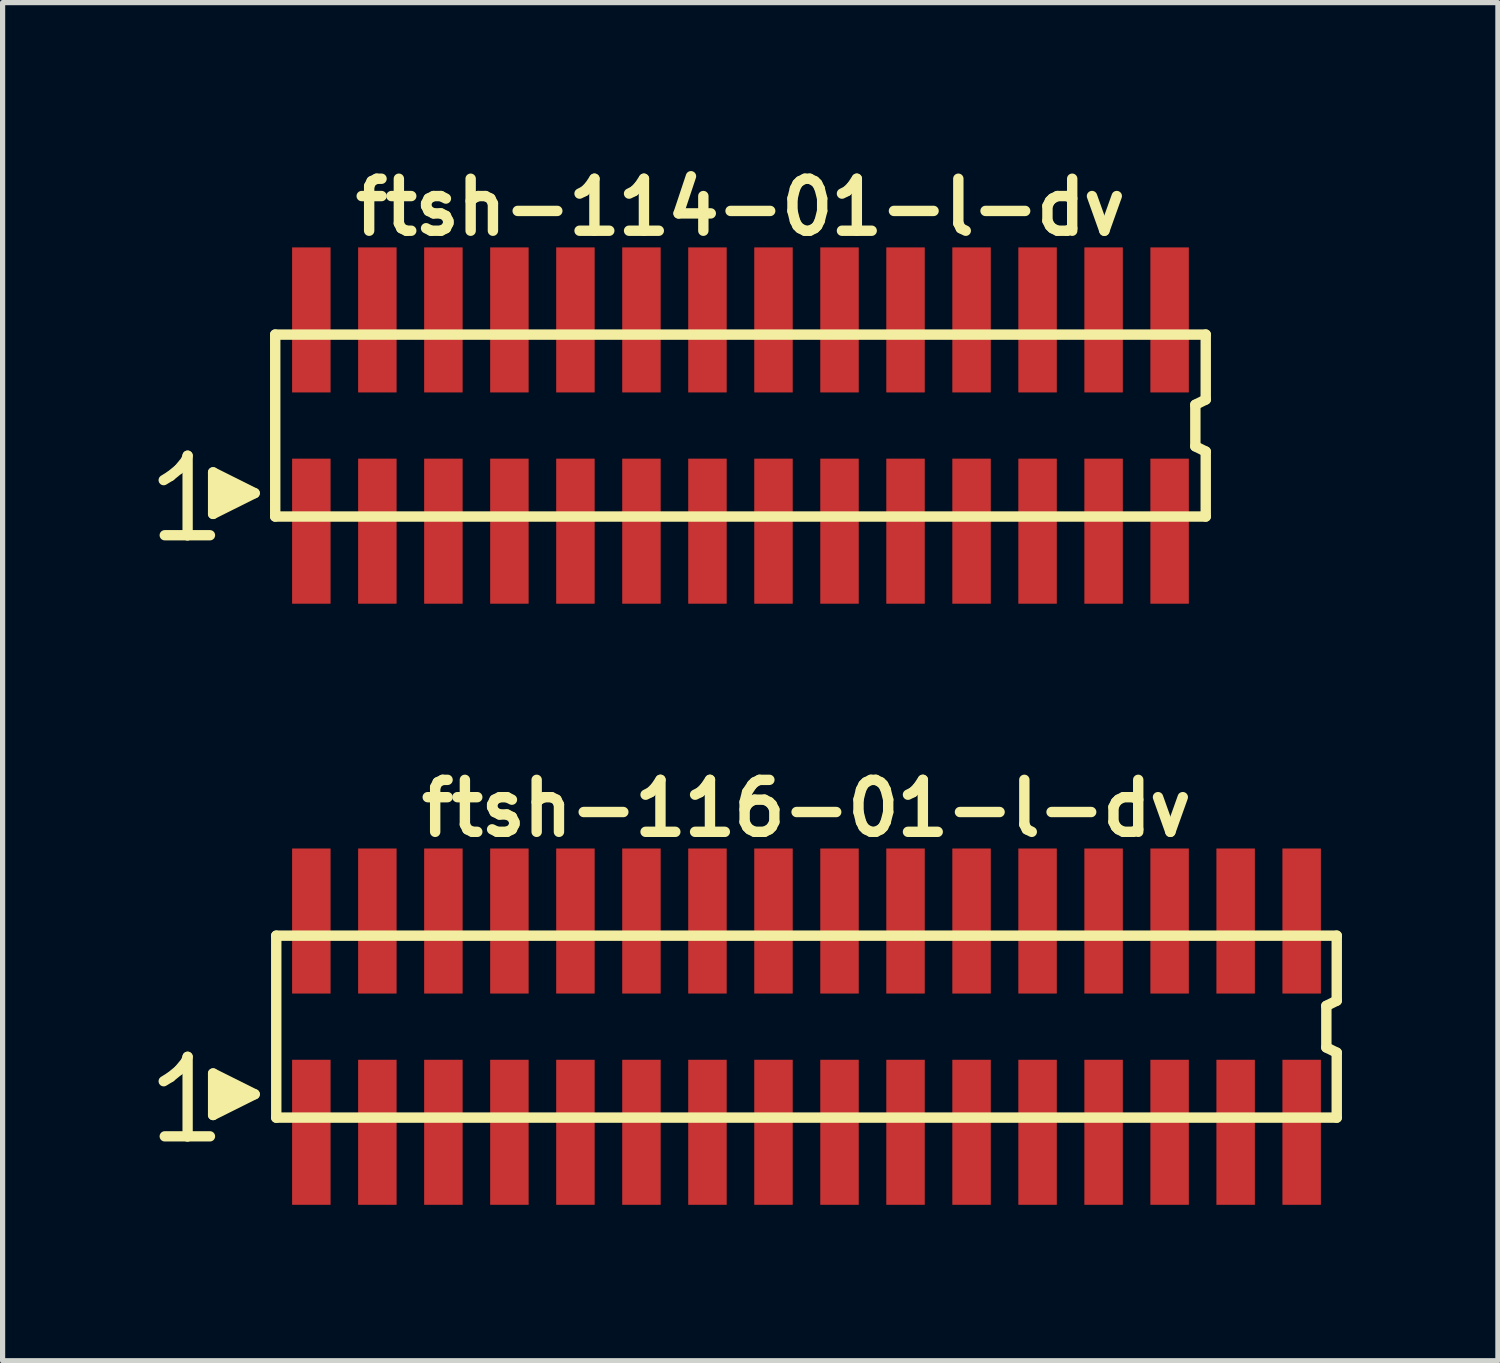
<source format=kicad_pcb>
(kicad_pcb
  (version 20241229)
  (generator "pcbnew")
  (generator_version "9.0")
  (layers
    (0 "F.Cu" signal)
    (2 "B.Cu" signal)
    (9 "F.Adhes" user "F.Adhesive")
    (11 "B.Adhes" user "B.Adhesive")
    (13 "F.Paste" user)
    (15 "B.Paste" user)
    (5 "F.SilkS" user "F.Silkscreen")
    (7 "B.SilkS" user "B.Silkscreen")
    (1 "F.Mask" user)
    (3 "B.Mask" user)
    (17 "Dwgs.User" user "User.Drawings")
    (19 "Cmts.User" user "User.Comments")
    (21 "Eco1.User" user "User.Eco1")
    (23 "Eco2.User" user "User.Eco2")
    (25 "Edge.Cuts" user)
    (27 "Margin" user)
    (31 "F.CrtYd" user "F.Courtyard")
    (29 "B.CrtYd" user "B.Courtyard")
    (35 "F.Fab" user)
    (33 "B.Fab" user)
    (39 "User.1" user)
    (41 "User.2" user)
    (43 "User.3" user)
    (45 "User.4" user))
  (footprint "ftsh-116-01-l-dv"
    (layer "F.Cu")
    (at 12.464 16.699)
    (property "Reference" "ftsh-116-01-l-dv" (at 0 -4.2 0) (layer "F.SilkS") (effects (font (size 1 1) (thickness 0.2))))
    (attr smd)
    (fp_line (start -12.365 1.05) (end -12.235 0.97) (stroke (width 0.198) (type solid)) (layer "F.SilkS"))
    (fp_line (start -12.235 0.97) (end -12.075 0.84) (stroke (width 0.198) (type solid)) (layer "F.SilkS"))
    (fp_line (start -12.075 0.84) (end -11.935 0.67) (stroke (width 0.198) (type solid)) (layer "F.SilkS"))
    (fp_line (start -11.935 0.67) (end -11.905 0.58) (stroke (width 0.198) (type solid)) (layer "F.SilkS"))
    (fp_line (start -11.905 0.58) (end -11.905 2.11) (stroke (width 0.198) (type solid)) (layer "F.SilkS"))
    (fp_line (start -11.905 2.11) (end -12.345 2.11) (stroke (width 0.198) (type solid)) (layer "F.SilkS"))
    (fp_line (start -11.475 2.11) (end -11.915 2.11) (stroke (width 0.198) (type solid)) (layer "F.SilkS"))
    (fp_line (start -11.415 0.9) (end -10.615 1.3) (stroke (width 0.198) (type solid)) (layer "F.SilkS"))
    (fp_line (start -11.415 1.7) (end -11.415 0.9) (stroke (width 0.198) (type solid)) (layer "F.SilkS"))
    (fp_line (start -11.315 1.6) (end -11.315 1) (stroke (width 0.198) (type solid)) (layer "F.SilkS"))
    (fp_line (start -11.215 1.1) (end -11.215 1.5) (stroke (width 0.198) (type solid)) (layer "F.SilkS"))
    (fp_line (start -11.115 1.5) (end -11.115 1.1) (stroke (width 0.198) (type solid)) (layer "F.SilkS"))
    (fp_line (start -11.015 1.2) (end -11.015 1.4) (stroke (width 0.198) (type solid)) (layer "F.SilkS"))
    (fp_line (start -10.915 1.4) (end -10.915 1.2) (stroke (width 0.198) (type solid)) (layer "F.SilkS"))
    (fp_line (start -10.615 1.3) (end -11.415 1.7) (stroke (width 0.198) (type solid)) (layer "F.SilkS"))
    (fp_line (start -10.2 -1.75) (end -10.2 1.75) (stroke (width 0.2) (type solid)) (layer "F.SilkS"))
    (fp_line (start -10.2 -1.75) (end 10.2 -1.75) (stroke (width 0.2) (type solid)) (layer "F.SilkS"))
    (fp_line (start -10.2 1.75) (end 10.2 1.75) (stroke (width 0.2) (type solid)) (layer "F.SilkS"))
    (fp_line (start 10 -0.4) (end 10 0.4) (stroke (width 0.2) (type solid)) (layer "F.SilkS"))
    (fp_line (start 10 0.4) (end 10.2 0.5) (stroke (width 0.2) (type solid)) (layer "F.SilkS"))
    (fp_line (start 10.2 -0.5) (end 10 -0.4) (stroke (width 0.2) (type solid)) (layer "F.SilkS"))
    (fp_line (start 10.2 -0.5) (end 10.2 -1.75) (stroke (width 0.2) (type solid)) (layer "F.SilkS"))
    (fp_line (start 10.2 0.5) (end 10.2 1.75) (stroke (width 0.2) (type solid)) (layer "F.SilkS"))
    (pad "1" smd rect (at -9.525 2.032) (size 0.74 2.79) (layers "F.Cu" "F.Mask" "F.Paste"))
    (pad "2" smd rect (at -9.525 -2.032) (size 0.74 2.79) (layers "F.Cu" "F.Mask" "F.Paste"))
    (pad "3" smd rect (at -8.255 2.032) (size 0.74 2.79) (layers "F.Cu" "F.Mask" "F.Paste"))
    (pad "4" smd rect (at -8.255 -2.032) (size 0.74 2.79) (layers "F.Cu" "F.Mask" "F.Paste"))
    (pad "5" smd rect (at -6.985 2.032) (size 0.74 2.79) (layers "F.Cu" "F.Mask" "F.Paste"))
    (pad "6" smd rect (at -6.985 -2.032) (size 0.74 2.79) (layers "F.Cu" "F.Mask" "F.Paste"))
    (pad "7" smd rect (at -5.715 2.032) (size 0.74 2.79) (layers "F.Cu" "F.Mask" "F.Paste"))
    (pad "8" smd rect (at -5.715 -2.032) (size 0.74 2.79) (layers "F.Cu" "F.Mask" "F.Paste"))
    (pad "9" smd rect (at -4.445 2.032) (size 0.74 2.79) (layers "F.Cu" "F.Mask" "F.Paste"))
    (pad "10" smd rect (at -4.445 -2.032) (size 0.74 2.79) (layers "F.Cu" "F.Mask" "F.Paste"))
    (pad "11" smd rect (at -3.175 2.032) (size 0.74 2.79) (layers "F.Cu" "F.Mask" "F.Paste"))
    (pad "12" smd rect (at -3.175 -2.032) (size 0.74 2.79) (layers "F.Cu" "F.Mask" "F.Paste"))
    (pad "13" smd rect (at -1.905 2.032) (size 0.74 2.79) (layers "F.Cu" "F.Mask" "F.Paste"))
    (pad "14" smd rect (at -1.905 -2.032) (size 0.74 2.79) (layers "F.Cu" "F.Mask" "F.Paste"))
    (pad "15" smd rect (at -0.635 2.032) (size 0.74 2.79) (layers "F.Cu" "F.Mask" "F.Paste"))
    (pad "16" smd rect (at -0.635 -2.032) (size 0.74 2.79) (layers "F.Cu" "F.Mask" "F.Paste"))
    (pad "17" smd rect (at 0.635 2.032) (size 0.74 2.79) (layers "F.Cu" "F.Mask" "F.Paste"))
    (pad "18" smd rect (at 0.635 -2.032) (size 0.74 2.79) (layers "F.Cu" "F.Mask" "F.Paste"))
    (pad "19" smd rect (at 1.905 2.032) (size 0.74 2.79) (layers "F.Cu" "F.Mask" "F.Paste"))
    (pad "20" smd rect (at 1.905 -2.032) (size 0.74 2.79) (layers "F.Cu" "F.Mask" "F.Paste"))
    (pad "21" smd rect (at 3.175 2.032) (size 0.74 2.79) (layers "F.Cu" "F.Mask" "F.Paste"))
    (pad "22" smd rect (at 3.175 -2.032) (size 0.74 2.79) (layers "F.Cu" "F.Mask" "F.Paste"))
    (pad "23" smd rect (at 4.445 2.032) (size 0.74 2.79) (layers "F.Cu" "F.Mask" "F.Paste"))
    (pad "24" smd rect (at 4.445 -2.032) (size 0.74 2.79) (layers "F.Cu" "F.Mask" "F.Paste"))
    (pad "25" smd rect (at 5.715 2.032) (size 0.74 2.79) (layers "F.Cu" "F.Mask" "F.Paste"))
    (pad "26" smd rect (at 5.715 -2.032) (size 0.74 2.79) (layers "F.Cu" "F.Mask" "F.Paste"))
    (pad "27" smd rect (at 6.985 2.032) (size 0.74 2.79) (layers "F.Cu" "F.Mask" "F.Paste"))
    (pad "28" smd rect (at 6.985 -2.032) (size 0.74 2.79) (layers "F.Cu" "F.Mask" "F.Paste"))
    (pad "29" smd rect (at 8.255 2.032) (size 0.74 2.79) (layers "F.Cu" "F.Mask" "F.Paste"))
    (pad "30" smd rect (at 8.255 -2.032) (size 0.74 2.79) (layers "F.Cu" "F.Mask" "F.Paste"))
    (pad "31" smd rect (at 9.525 2.032) (size 0.74 2.79) (layers "F.Cu" "F.Mask" "F.Paste"))
    (pad "32" smd rect (at 9.525 -2.032) (size 0.74 2.79) (layers "F.Cu" "F.Mask" "F.Paste")))
  (footprint "ftsh-114-01-l-dv"
    (layer "F.Cu")
    (at 11.194 5.136)
    (property "Reference" "ftsh-114-01-l-dv" (at 0 -4.2 0) (layer "F.SilkS") (effects (font (size 1 1) (thickness 0.2))))
    (attr smd)
    (fp_line (start -11.095 1.05) (end -10.965 0.97) (stroke (width 0.198) (type solid)) (layer "F.SilkS"))
    (fp_line (start -10.965 0.97) (end -10.805 0.84) (stroke (width 0.198) (type solid)) (layer "F.SilkS"))
    (fp_line (start -10.805 0.84) (end -10.665 0.67) (stroke (width 0.198) (type solid)) (layer "F.SilkS"))
    (fp_line (start -10.665 0.67) (end -10.635 0.58) (stroke (width 0.198) (type solid)) (layer "F.SilkS"))
    (fp_line (start -10.635 0.58) (end -10.635 2.11) (stroke (width 0.198) (type solid)) (layer "F.SilkS"))
    (fp_line (start -10.635 2.11) (end -11.075 2.11) (stroke (width 0.198) (type solid)) (layer "F.SilkS"))
    (fp_line (start -10.205 2.11) (end -10.645 2.11) (stroke (width 0.198) (type solid)) (layer "F.SilkS"))
    (fp_line (start -10.145 0.9) (end -9.345 1.3) (stroke (width 0.198) (type solid)) (layer "F.SilkS"))
    (fp_line (start -10.145 1.7) (end -10.145 0.9) (stroke (width 0.198) (type solid)) (layer "F.SilkS"))
    (fp_line (start -10.045 1.6) (end -10.045 1) (stroke (width 0.198) (type solid)) (layer "F.SilkS"))
    (fp_line (start -9.945 1.1) (end -9.945 1.5) (stroke (width 0.198) (type solid)) (layer "F.SilkS"))
    (fp_line (start -9.845 1.5) (end -9.845 1.1) (stroke (width 0.198) (type solid)) (layer "F.SilkS"))
    (fp_line (start -9.745 1.2) (end -9.745 1.4) (stroke (width 0.198) (type solid)) (layer "F.SilkS"))
    (fp_line (start -9.645 1.4) (end -9.645 1.2) (stroke (width 0.198) (type solid)) (layer "F.SilkS"))
    (fp_line (start -9.345 1.3) (end -10.145 1.7) (stroke (width 0.198) (type solid)) (layer "F.SilkS"))
    (fp_line (start -8.95 -1.75) (end -8.95 1.75) (stroke (width 0.2) (type solid)) (layer "F.SilkS"))
    (fp_line (start -8.95 -1.75) (end 8.95 -1.75) (stroke (width 0.2) (type solid)) (layer "F.SilkS"))
    (fp_line (start -8.95 1.75) (end 8.95 1.75) (stroke (width 0.2) (type solid)) (layer "F.SilkS"))
    (fp_line (start 8.75 -0.4) (end 8.75 0.4) (stroke (width 0.2) (type solid)) (layer "F.SilkS"))
    (fp_line (start 8.75 0.4) (end 8.95 0.5) (stroke (width 0.2) (type solid)) (layer "F.SilkS"))
    (fp_line (start 8.95 -0.5) (end 8.75 -0.4) (stroke (width 0.2) (type solid)) (layer "F.SilkS"))
    (fp_line (start 8.95 -0.5) (end 8.95 -1.75) (stroke (width 0.2) (type solid)) (layer "F.SilkS"))
    (fp_line (start 8.95 0.5) (end 8.95 1.75) (stroke (width 0.2) (type solid)) (layer "F.SilkS"))
    (pad "1" smd rect (at -8.255 2.032) (size 0.74 2.79) (layers "F.Cu" "F.Mask" "F.Paste"))
    (pad "2" smd rect (at -8.255 -2.032) (size 0.74 2.79) (layers "F.Cu" "F.Mask" "F.Paste"))
    (pad "3" smd rect (at -6.985 2.032) (size 0.74 2.79) (layers "F.Cu" "F.Mask" "F.Paste"))
    (pad "4" smd rect (at -6.985 -2.032) (size 0.74 2.79) (layers "F.Cu" "F.Mask" "F.Paste"))
    (pad "5" smd rect (at -5.715 2.032) (size 0.74 2.79) (layers "F.Cu" "F.Mask" "F.Paste"))
    (pad "6" smd rect (at -5.715 -2.032) (size 0.74 2.79) (layers "F.Cu" "F.Mask" "F.Paste"))
    (pad "7" smd rect (at -4.445 2.032) (size 0.74 2.79) (layers "F.Cu" "F.Mask" "F.Paste"))
    (pad "8" smd rect (at -4.445 -2.032) (size 0.74 2.79) (layers "F.Cu" "F.Mask" "F.Paste"))
    (pad "9" smd rect (at -3.175 2.032) (size 0.74 2.79) (layers "F.Cu" "F.Mask" "F.Paste"))
    (pad "10" smd rect (at -3.175 -2.032) (size 0.74 2.79) (layers "F.Cu" "F.Mask" "F.Paste"))
    (pad "11" smd rect (at -1.905 2.032) (size 0.74 2.79) (layers "F.Cu" "F.Mask" "F.Paste"))
    (pad "12" smd rect (at -1.905 -2.032) (size 0.74 2.79) (layers "F.Cu" "F.Mask" "F.Paste"))
    (pad "13" smd rect (at -0.635 2.032) (size 0.74 2.79) (layers "F.Cu" "F.Mask" "F.Paste"))
    (pad "14" smd rect (at -0.635 -2.032) (size 0.74 2.79) (layers "F.Cu" "F.Mask" "F.Paste"))
    (pad "15" smd rect (at 0.635 2.032) (size 0.74 2.79) (layers "F.Cu" "F.Mask" "F.Paste"))
    (pad "16" smd rect (at 0.635 -2.032) (size 0.74 2.79) (layers "F.Cu" "F.Mask" "F.Paste"))
    (pad "17" smd rect (at 1.905 2.032) (size 0.74 2.79) (layers "F.Cu" "F.Mask" "F.Paste"))
    (pad "18" smd rect (at 1.905 -2.032) (size 0.74 2.79) (layers "F.Cu" "F.Mask" "F.Paste"))
    (pad "19" smd rect (at 3.175 2.032) (size 0.74 2.79) (layers "F.Cu" "F.Mask" "F.Paste"))
    (pad "20" smd rect (at 3.175 -2.032) (size 0.74 2.79) (layers "F.Cu" "F.Mask" "F.Paste"))
    (pad "21" smd rect (at 4.445 2.032) (size 0.74 2.79) (layers "F.Cu" "F.Mask" "F.Paste"))
    (pad "22" smd rect (at 4.445 -2.032) (size 0.74 2.79) (layers "F.Cu" "F.Mask" "F.Paste"))
    (pad "23" smd rect (at 5.715 2.032) (size 0.74 2.79) (layers "F.Cu" "F.Mask" "F.Paste"))
    (pad "24" smd rect (at 5.715 -2.032) (size 0.74 2.79) (layers "F.Cu" "F.Mask" "F.Paste"))
    (pad "25" smd rect (at 6.985 2.032) (size 0.74 2.79) (layers "F.Cu" "F.Mask" "F.Paste"))
    (pad "26" smd rect (at 6.985 -2.032) (size 0.74 2.79) (layers "F.Cu" "F.Mask" "F.Paste"))
    (pad "27" smd rect (at 8.255 2.032) (size 0.74 2.79) (layers "F.Cu" "F.Mask" "F.Paste"))
    (pad "28" smd rect (at 8.255 -2.032) (size 0.74 2.79) (layers "F.Cu" "F.Mask" "F.Paste")))
  (gr_rect
    (start -3 -3)
    (end 25.764 23.126)
    (stroke (width 0.1) (type default))
    (fill no)
    (layer "Edge.Cuts")))
</source>
